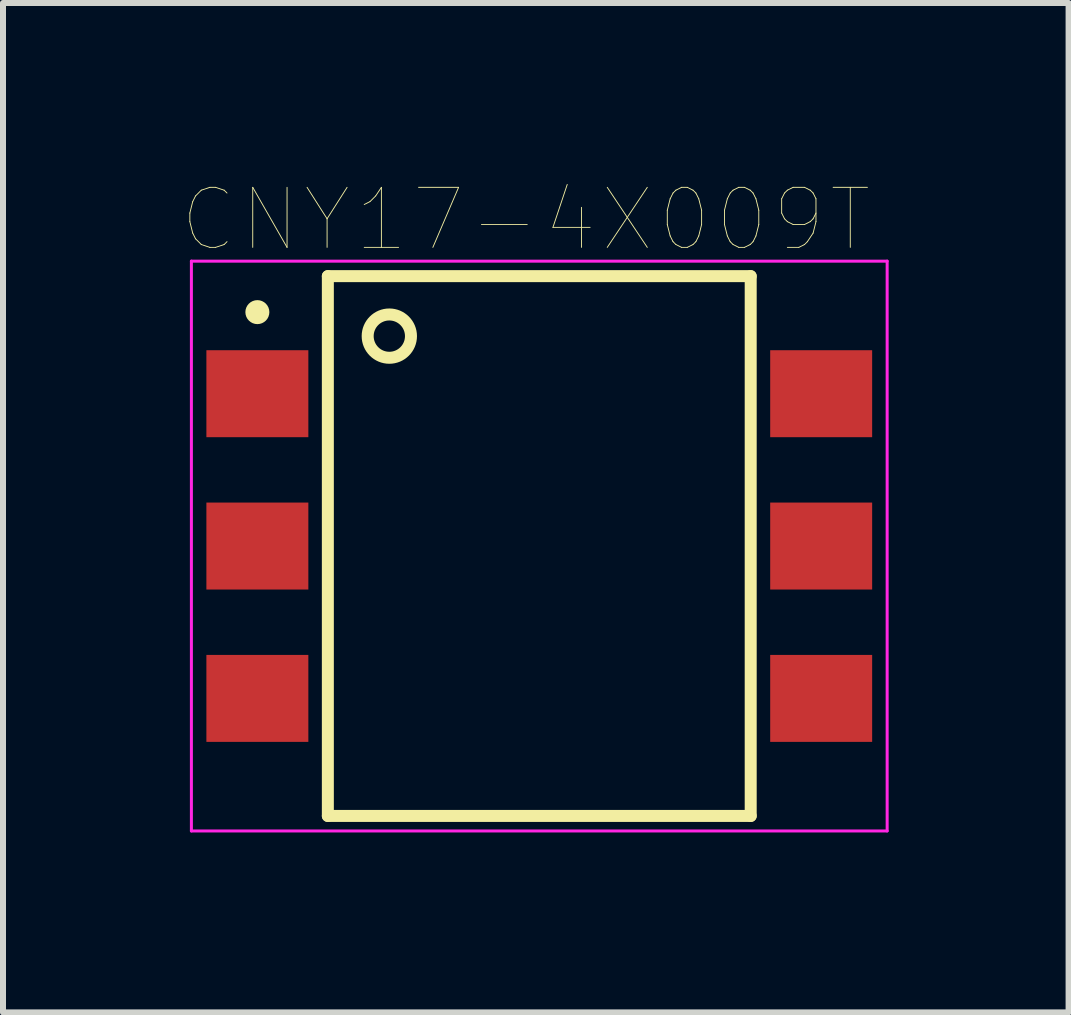
<source format=kicad_pcb>
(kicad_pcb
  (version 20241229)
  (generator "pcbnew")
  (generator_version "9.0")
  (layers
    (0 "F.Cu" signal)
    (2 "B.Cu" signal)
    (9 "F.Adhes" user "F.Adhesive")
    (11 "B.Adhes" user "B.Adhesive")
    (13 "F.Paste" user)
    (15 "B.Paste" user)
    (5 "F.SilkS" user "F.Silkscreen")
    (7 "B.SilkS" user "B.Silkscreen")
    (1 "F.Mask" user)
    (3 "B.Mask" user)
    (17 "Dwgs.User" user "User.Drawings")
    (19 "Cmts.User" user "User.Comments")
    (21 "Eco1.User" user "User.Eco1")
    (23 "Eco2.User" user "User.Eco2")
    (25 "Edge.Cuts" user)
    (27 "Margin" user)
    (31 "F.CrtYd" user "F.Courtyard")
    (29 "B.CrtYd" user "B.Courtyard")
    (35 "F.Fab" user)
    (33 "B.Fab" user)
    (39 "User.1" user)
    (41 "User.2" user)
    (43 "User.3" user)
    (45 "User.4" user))
  (footprint "CNY17-4X009T"
    (layer "F.Cu")
    (at 5.941 6.054)
    (property "Reference" "CNY17-4X009T" (at -0.225 -5.442 0) (layer "F.SilkS") (effects (font (size 1.001 1.001) (thickness 0.015))))
    (attr through_hole)
    (fp_line (start -3.525 -4.5) (end 3.525 -4.5) (stroke (width 0.2) (type solid)) (layer "F.SilkS"))
    (fp_line (start -3.525 4.5) (end -3.525 -4.5) (stroke (width 0.2) (type solid)) (layer "F.SilkS"))
    (fp_line (start 3.525 -4.5) (end 3.525 4.5) (stroke (width 0.2) (type solid)) (layer "F.SilkS"))
    (fp_line (start 3.525 4.5) (end -3.525 4.5) (stroke (width 0.2) (type solid)) (layer "F.SilkS"))
    (fp_circle (center -4.7 -3.9) (end -4.6 -3.9) (stroke (width 0.2) (type solid)) (fill no) (layer "F.SilkS"))
    (fp_circle (center -2.5 -3.5) (end -2.139 -3.5) (stroke (width 0.2) (type solid)) (fill no) (layer "F.SilkS"))
    (fp_line (start -5.8 -4.75) (end 5.8 -4.75) (stroke (width 0.05) (type solid)) (layer "F.CrtYd"))
    (fp_line (start -5.8 4.75) (end -5.8 -4.75) (stroke (width 0.05) (type solid)) (layer "F.CrtYd"))
    (fp_line (start 5.8 -4.75) (end 5.8 4.75) (stroke (width 0.05) (type solid)) (layer "F.CrtYd"))
    (fp_line (start 5.8 4.75) (end -5.8 4.75) (stroke (width 0.05) (type solid)) (layer "F.CrtYd"))
    (pad "1" smd rect (at -4.7 -2.54) (size 1.7 1.45) (layers "F.Cu" "F.Mask" "F.Paste"))
    (pad "2" smd rect (at -4.7 0) (size 1.7 1.45) (layers "F.Cu" "F.Mask" "F.Paste"))
    (pad "3" smd rect (at -4.7 2.54) (size 1.7 1.45) (layers "F.Cu" "F.Mask" "F.Paste"))
    (pad "4" smd rect (at 4.7 2.54) (size 1.7 1.45) (layers "F.Cu" "F.Mask" "F.Paste"))
    (pad "5" smd rect (at 4.7 0) (size 1.7 1.45) (layers "F.Cu" "F.Mask" "F.Paste"))
    (pad "6" smd rect (at 4.7 -2.54) (size 1.7 1.45) (layers "F.Cu" "F.Mask" "F.Paste")))
  (gr_rect
    (start -3 -3)
    (end 14.766 13.829)
    (stroke (width 0.1) (type default))
    (fill no)
    (layer "Edge.Cuts")))
</source>
